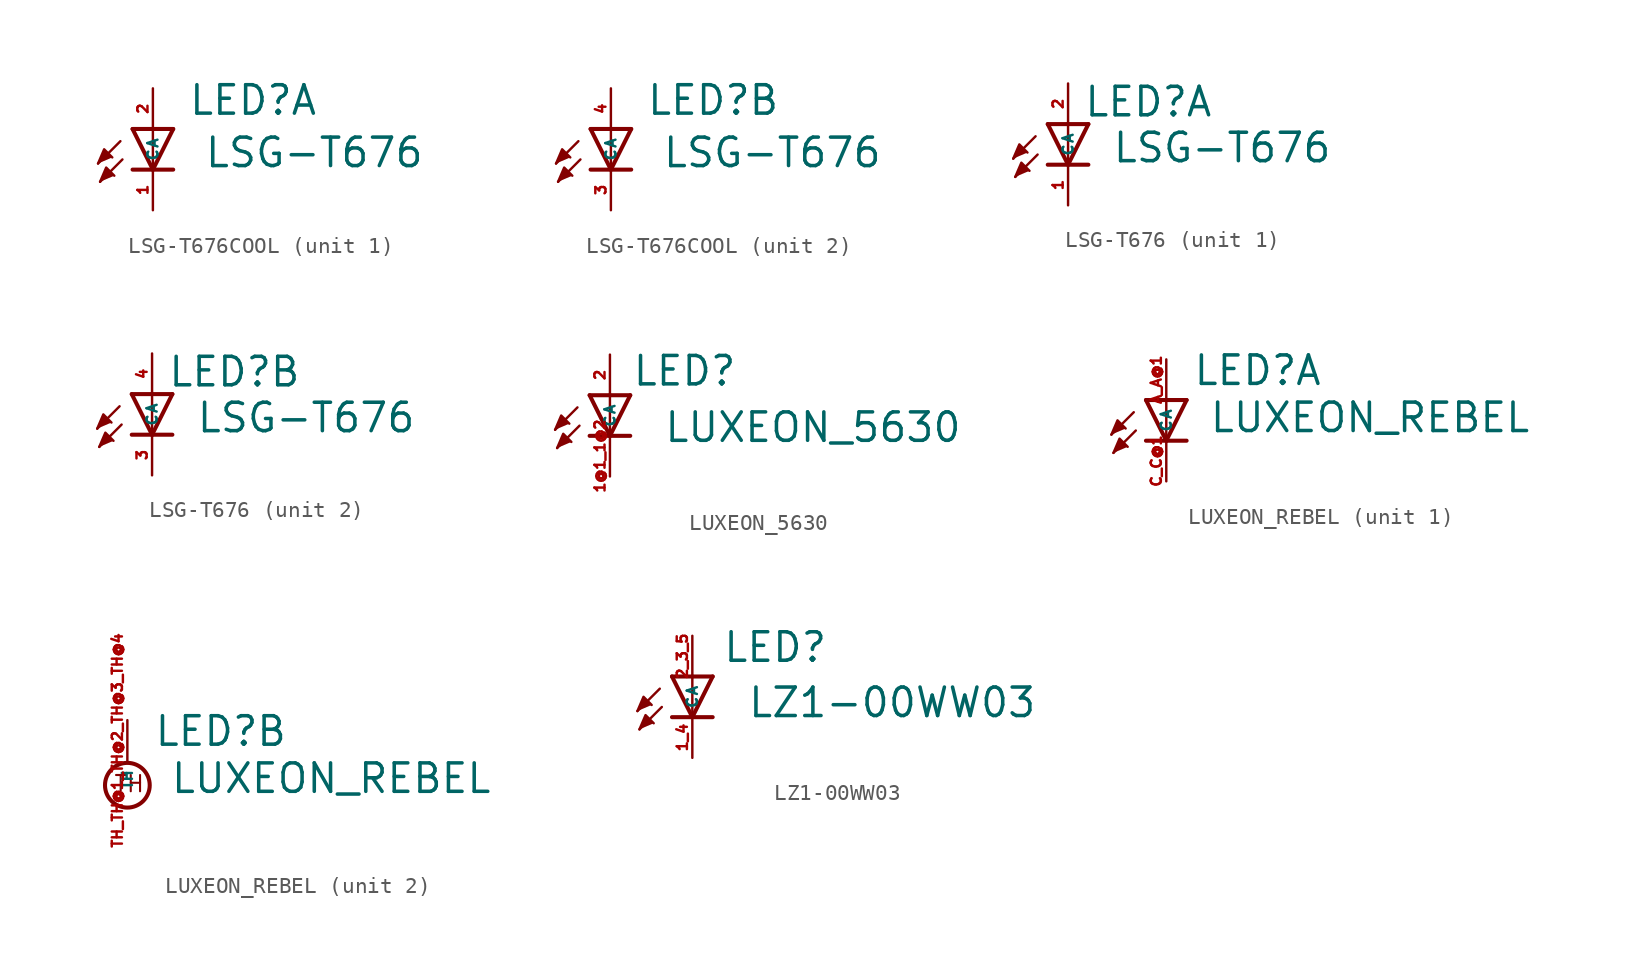
<source format=kicad_sym>
(kicad_symbol_lib
  (version 20220914)
  (generator kicad_symbol_editor)
  (symbol "LSG-T676COOL"
    (property "Reference" "LED"
      (at 2.184 0.762 0)
      (effects (font (size 1.778 1.778) (thickness 0.22)) (justify left bottom)))
    (property "Value" "LSG-T676"
      (at 3.175 -2.515 0)
      (effects (font (size 1.778 1.778) (thickness 0.22)) (justify left bottom)))
    (symbol "LSG-T676COOL_1_0"
      (polyline (pts (xy -2.032 -0.762) (xy -3.429 -2.159)) (stroke (width 0.152) (type default)) (fill (type none)))
      (polyline (pts (xy -1.905 -1.905) (xy -3.302 -3.302)) (stroke (width 0.152) (type default)) (fill (type none)))
      (polyline (pts (xy 0 -2.54) (xy -1.27 -2.54)) (stroke (width 0.254) (type default)) (fill (type none)))
      (polyline (pts (xy 0 -2.54) (xy -1.27 0)) (stroke (width 0.254) (type default)) (fill (type none)))
      (polyline (pts (xy 0 0) (xy -1.27 0)) (stroke (width 0.254) (type default)) (fill (type none)))
      (polyline (pts (xy 0 0) (xy 0 -2.54)) (stroke (width 0.152) (type default)) (fill (type none)))
      (polyline (pts (xy 1.27 -2.54) (xy 0 -2.54)) (stroke (width 0.254) (type default)) (fill (type none)))
      (polyline (pts (xy 1.27 0) (xy 0 -2.54)) (stroke (width 0.254) (type default)) (fill (type none)))
      (polyline (pts (xy 1.27 0) (xy 0 0)) (stroke (width 0.254) (type default)) (fill (type none)))
      (polyline (pts (xy -3.429 -2.159) (xy -3.048 -1.27) (xy -2.54 -1.778)) (stroke (width 0.152) (type default)) (fill (type outline)))
      (polyline (pts (xy -3.302 -3.302) (xy -2.921 -2.413) (xy -2.413 -2.921)) (stroke (width 0.152) (type default)) (fill (type outline)))
      (pin passive line (at 0 -5.08 90) (length 2.54) (name "C" (effects (font (size 0.635 0.635)))) (number "1" (effects (font (size 0.635 0.635)))))
      (pin passive line (at 0 2.54 270) (length 2.54) (name "A" (effects (font (size 0.635 0.635)))) (number "2" (effects (font (size 0.635 0.635))))))
    (symbol "LSG-T676COOL_2_0"
      (polyline (pts (xy -2.032 -0.762) (xy -3.429 -2.159)) (stroke (width 0.152) (type default)) (fill (type none)))
      (polyline (pts (xy -1.905 -1.905) (xy -3.302 -3.302)) (stroke (width 0.152) (type default)) (fill (type none)))
      (polyline (pts (xy 0 -2.54) (xy -1.27 -2.54)) (stroke (width 0.254) (type default)) (fill (type none)))
      (polyline (pts (xy 0 -2.54) (xy -1.27 0)) (stroke (width 0.254) (type default)) (fill (type none)))
      (polyline (pts (xy 0 0) (xy -1.27 0)) (stroke (width 0.254) (type default)) (fill (type none)))
      (polyline (pts (xy 0 0) (xy 0 -2.54)) (stroke (width 0.152) (type default)) (fill (type none)))
      (polyline (pts (xy 1.27 -2.54) (xy 0 -2.54)) (stroke (width 0.254) (type default)) (fill (type none)))
      (polyline (pts (xy 1.27 0) (xy 0 -2.54)) (stroke (width 0.254) (type default)) (fill (type none)))
      (polyline (pts (xy 1.27 0) (xy 0 0)) (stroke (width 0.254) (type default)) (fill (type none)))
      (polyline (pts (xy -3.429 -2.159) (xy -3.048 -1.27) (xy -2.54 -1.778)) (stroke (width 0.152) (type default)) (fill (type outline)))
      (polyline (pts (xy -3.302 -3.302) (xy -2.921 -2.413) (xy -2.413 -2.921)) (stroke (width 0.152) (type default)) (fill (type outline)))
      (pin passive line (at 0 -5.08 90) (length 2.54) (name "C" (effects (font (size 0.635 0.635)))) (number "3" (effects (font (size 0.635 0.635)))))
      (pin passive line (at 0 2.54 270) (length 2.54) (name "A" (effects (font (size 0.635 0.635)))) (number "4" (effects (font (size 0.635 0.635)))))))
  (symbol "LSG-T676"
    (property "Reference" "LED"
      (at 0.94 0.356 0)
      (effects (font (size 1.778 1.778) (thickness 0.22)) (justify left bottom)))
    (property "Value" "LSG-T676"
      (at 2.718 -2.515 0)
      (effects (font (size 1.778 1.778) (thickness 0.22)) (justify left bottom)))
    (symbol "LSG-T676_1_0"
      (polyline (pts (xy -2.032 -0.762) (xy -3.429 -2.159)) (stroke (width 0.152) (type default)) (fill (type none)))
      (polyline (pts (xy -1.905 -1.905) (xy -3.302 -3.302)) (stroke (width 0.152) (type default)) (fill (type none)))
      (polyline (pts (xy 0 -2.54) (xy -1.27 -2.54)) (stroke (width 0.254) (type default)) (fill (type none)))
      (polyline (pts (xy 0 -2.54) (xy -1.27 0)) (stroke (width 0.254) (type default)) (fill (type none)))
      (polyline (pts (xy 0 0) (xy -1.27 0)) (stroke (width 0.254) (type default)) (fill (type none)))
      (polyline (pts (xy 0 0) (xy 0 -2.54)) (stroke (width 0.152) (type default)) (fill (type none)))
      (polyline (pts (xy 1.27 -2.54) (xy 0 -2.54)) (stroke (width 0.254) (type default)) (fill (type none)))
      (polyline (pts (xy 1.27 0) (xy 0 -2.54)) (stroke (width 0.254) (type default)) (fill (type none)))
      (polyline (pts (xy 1.27 0) (xy 0 0)) (stroke (width 0.254) (type default)) (fill (type none)))
      (polyline (pts (xy -3.429 -2.159) (xy -3.048 -1.27) (xy -2.54 -1.778)) (stroke (width 0.152) (type default)) (fill (type outline)))
      (polyline (pts (xy -3.302 -3.302) (xy -2.921 -2.413) (xy -2.413 -2.921)) (stroke (width 0.152) (type default)) (fill (type outline)))
      (pin passive line (at 0 -5.08 90) (length 2.54) (name "C" (effects (font (size 0.635 0.635)))) (number "1" (effects (font (size 0.635 0.635)))))
      (pin passive line (at 0 2.54 270) (length 2.54) (name "A" (effects (font (size 0.635 0.635)))) (number "2" (effects (font (size 0.635 0.635))))))
    (symbol "LSG-T676_2_0"
      (polyline (pts (xy -2.032 -0.762) (xy -3.429 -2.159)) (stroke (width 0.152) (type default)) (fill (type none)))
      (polyline (pts (xy -1.905 -1.905) (xy -3.302 -3.302)) (stroke (width 0.152) (type default)) (fill (type none)))
      (polyline (pts (xy 0 -2.54) (xy -1.27 -2.54)) (stroke (width 0.254) (type default)) (fill (type none)))
      (polyline (pts (xy 0 -2.54) (xy -1.27 0)) (stroke (width 0.254) (type default)) (fill (type none)))
      (polyline (pts (xy 0 0) (xy -1.27 0)) (stroke (width 0.254) (type default)) (fill (type none)))
      (polyline (pts (xy 0 0) (xy 0 -2.54)) (stroke (width 0.152) (type default)) (fill (type none)))
      (polyline (pts (xy 1.27 -2.54) (xy 0 -2.54)) (stroke (width 0.254) (type default)) (fill (type none)))
      (polyline (pts (xy 1.27 0) (xy 0 -2.54)) (stroke (width 0.254) (type default)) (fill (type none)))
      (polyline (pts (xy 1.27 0) (xy 0 0)) (stroke (width 0.254) (type default)) (fill (type none)))
      (polyline (pts (xy -3.429 -2.159) (xy -3.048 -1.27) (xy -2.54 -1.778)) (stroke (width 0.152) (type default)) (fill (type outline)))
      (polyline (pts (xy -3.302 -3.302) (xy -2.921 -2.413) (xy -2.413 -2.921)) (stroke (width 0.152) (type default)) (fill (type outline)))
      (pin passive line (at 0 -5.08 90) (length 2.54) (name "C" (effects (font (size 0.635 0.635)))) (number "3" (effects (font (size 0.635 0.635)))))
      (pin passive line (at 0 2.54 270) (length 2.54) (name "A" (effects (font (size 0.635 0.635)))) (number "4" (effects (font (size 0.635 0.635)))))))
  (symbol "LUXEON_5630"
    (property "Reference" "LED"
      (at 1.346 0.483 0)
      (effects (font (size 1.778 1.778) (thickness 0.22)) (justify left bottom)))
    (property "Value" "LUXEON_5630"
      (at 3.327 -3.048 0)
      (effects (font (size 1.778 1.778) (thickness 0.22)) (justify left bottom)))
    (symbol "LUXEON_5630_1_1"
      (polyline (pts (xy -2.032 -0.762) (xy -3.429 -2.159)) (stroke (width 0.152) (type default)) (fill (type none)))
      (polyline (pts (xy -1.905 -1.905) (xy -3.302 -3.302)) (stroke (width 0.152) (type default)) (fill (type none)))
      (polyline (pts (xy 0 -2.54) (xy -1.27 -2.54)) (stroke (width 0.254) (type default)) (fill (type none)))
      (polyline (pts (xy 0 -2.54) (xy -1.27 0)) (stroke (width 0.254) (type default)) (fill (type none)))
      (polyline (pts (xy 0 0) (xy -1.27 0)) (stroke (width 0.254) (type default)) (fill (type none)))
      (polyline (pts (xy 0 0) (xy 0 -2.54)) (stroke (width 0.152) (type default)) (fill (type none)))
      (polyline (pts (xy 1.27 -2.54) (xy 0 -2.54)) (stroke (width 0.254) (type default)) (fill (type none)))
      (polyline (pts (xy 1.27 0) (xy 0 -2.54)) (stroke (width 0.254) (type default)) (fill (type none)))
      (polyline (pts (xy 1.27 0) (xy 0 0)) (stroke (width 0.254) (type default)) (fill (type none)))
      (polyline (pts (xy -3.429 -2.159) (xy -3.048 -1.27) (xy -2.54 -1.778)) (stroke (width 0.152) (type default)) (fill (type outline)))
      (polyline (pts (xy -3.302 -3.302) (xy -2.921 -2.413) (xy -2.413 -2.921)) (stroke (width 0.152) (type default)) (fill (type outline)))
      (pin passive line (at 0 -5.08 90) (length 2.54) (name "C" (effects (font (size 0.635 0.635)))) (number "1@1_1@2" (effects (font (size 0.635 0.635)))))
      (pin passive line (at 0 2.54 270) (length 2.54) (name "A" (effects (font (size 0.635 0.635)))) (number "2" (effects (font (size 0.635 0.635)))))))
  (symbol "LUXEON_REBEL"
    (property "Reference" "LED"
      (at 1.626 0.813 0)
      (effects (font (size 1.778 1.778) (thickness 0.22)) (justify left bottom)))
    (property "Value" "LUXEON_REBEL"
      (at 2.642 -2.134 0)
      (effects (font (size 1.778 1.778) (thickness 0.22)) (justify left bottom)))
    (symbol "LUXEON_REBEL_1_0"
      (polyline (pts (xy -2.032 -0.762) (xy -3.429 -2.159)) (stroke (width 0.152) (type default)) (fill (type none)))
      (polyline (pts (xy -1.905 -1.905) (xy -3.302 -3.302)) (stroke (width 0.152) (type default)) (fill (type none)))
      (polyline (pts (xy 0 -2.54) (xy -1.27 -2.54)) (stroke (width 0.254) (type default)) (fill (type none)))
      (polyline (pts (xy 0 -2.54) (xy -1.27 0)) (stroke (width 0.254) (type default)) (fill (type none)))
      (polyline (pts (xy 0 0) (xy -1.27 0)) (stroke (width 0.254) (type default)) (fill (type none)))
      (polyline (pts (xy 0 0) (xy 0 -2.54)) (stroke (width 0.152) (type default)) (fill (type none)))
      (polyline (pts (xy 1.27 -2.54) (xy 0 -2.54)) (stroke (width 0.254) (type default)) (fill (type none)))
      (polyline (pts (xy 1.27 0) (xy 0 -2.54)) (stroke (width 0.254) (type default)) (fill (type none)))
      (polyline (pts (xy 1.27 0) (xy 0 0)) (stroke (width 0.254) (type default)) (fill (type none)))
      (polyline (pts (xy -3.429 -2.159) (xy -3.048 -1.27) (xy -2.54 -1.778)) (stroke (width 0.152) (type default)) (fill (type outline)))
      (polyline (pts (xy -3.302 -3.302) (xy -2.921 -2.413) (xy -2.413 -2.921)) (stroke (width 0.152) (type default)) (fill (type outline)))
      (pin passive line (at 0 2.54 270) (length 2.54) (name "A" (effects (font (size 0.635 0.635)))) (number "A_A@1" (effects (font (size 0.635 0.635)))))
      (pin passive line (at 0 -5.08 90) (length 2.54) (name "C" (effects (font (size 0.635 0.635)))) (number "C_C@1" (effects (font (size 0.635 0.635))))))
    (symbol "LUXEON_REBEL_2_0"
      (circle (center 0 -1.524) (radius 1.397) (stroke (width 0.254) (type default)) (fill (type none)))
      (text "TH" (at -0.889 -2.032 0) (effects (font (size 1.016 1.016) (thickness 0.13)) (justify left bottom)))
      (pin passive line (at 0 2.54 270) (length 2.54) (name "TH" (effects (font (size 0.635 0.635)))) (number "TH_TH@1_TH@2_TH@3_TH@4" (effects (font (size 0.635 0.635)))))))
  (symbol "LZ1-00WW03"
    (property "Reference" "LED"
      (at 1.854 0.787 0)
      (effects (font (size 1.778 1.778) (thickness 0.22)) (justify left bottom)))
    (property "Value" "LZ1-00WW03"
      (at 3.404 -2.667 0)
      (effects (font (size 1.778 1.778) (thickness 0.22)) (justify left bottom)))
    (symbol "LZ1-00WW03_1_1"
      (polyline (pts (xy -2.032 -0.762) (xy -3.429 -2.159)) (stroke (width 0.152) (type default)) (fill (type none)))
      (polyline (pts (xy -1.905 -1.905) (xy -3.302 -3.302)) (stroke (width 0.152) (type default)) (fill (type none)))
      (polyline (pts (xy 0 -2.54) (xy -1.27 -2.54)) (stroke (width 0.254) (type default)) (fill (type none)))
      (polyline (pts (xy 0 -2.54) (xy -1.27 0)) (stroke (width 0.254) (type default)) (fill (type none)))
      (polyline (pts (xy 0 0) (xy -1.27 0)) (stroke (width 0.254) (type default)) (fill (type none)))
      (polyline (pts (xy 0 0) (xy 0 -2.54)) (stroke (width 0.152) (type default)) (fill (type none)))
      (polyline (pts (xy 1.27 -2.54) (xy 0 -2.54)) (stroke (width 0.254) (type default)) (fill (type none)))
      (polyline (pts (xy 1.27 0) (xy 0 -2.54)) (stroke (width 0.254) (type default)) (fill (type none)))
      (polyline (pts (xy 1.27 0) (xy 0 0)) (stroke (width 0.254) (type default)) (fill (type none)))
      (polyline (pts (xy -3.429 -2.159) (xy -3.048 -1.27) (xy -2.54 -1.778)) (stroke (width 0.152) (type default)) (fill (type outline)))
      (polyline (pts (xy -3.302 -3.302) (xy -2.921 -2.413) (xy -2.413 -2.921)) (stroke (width 0.152) (type default)) (fill (type outline)))
      (pin passive line (at 0 -5.08 90) (length 2.54) (name "C" (effects (font (size 0.635 0.635)))) (number "1_4" (effects (font (size 0.635 0.635)))))
      (pin passive line (at 0 2.54 270) (length 2.54) (name "A" (effects (font (size 0.635 0.635)))) (number "2_3_5" (effects (font (size 0.635 0.635))))))))
</source>
